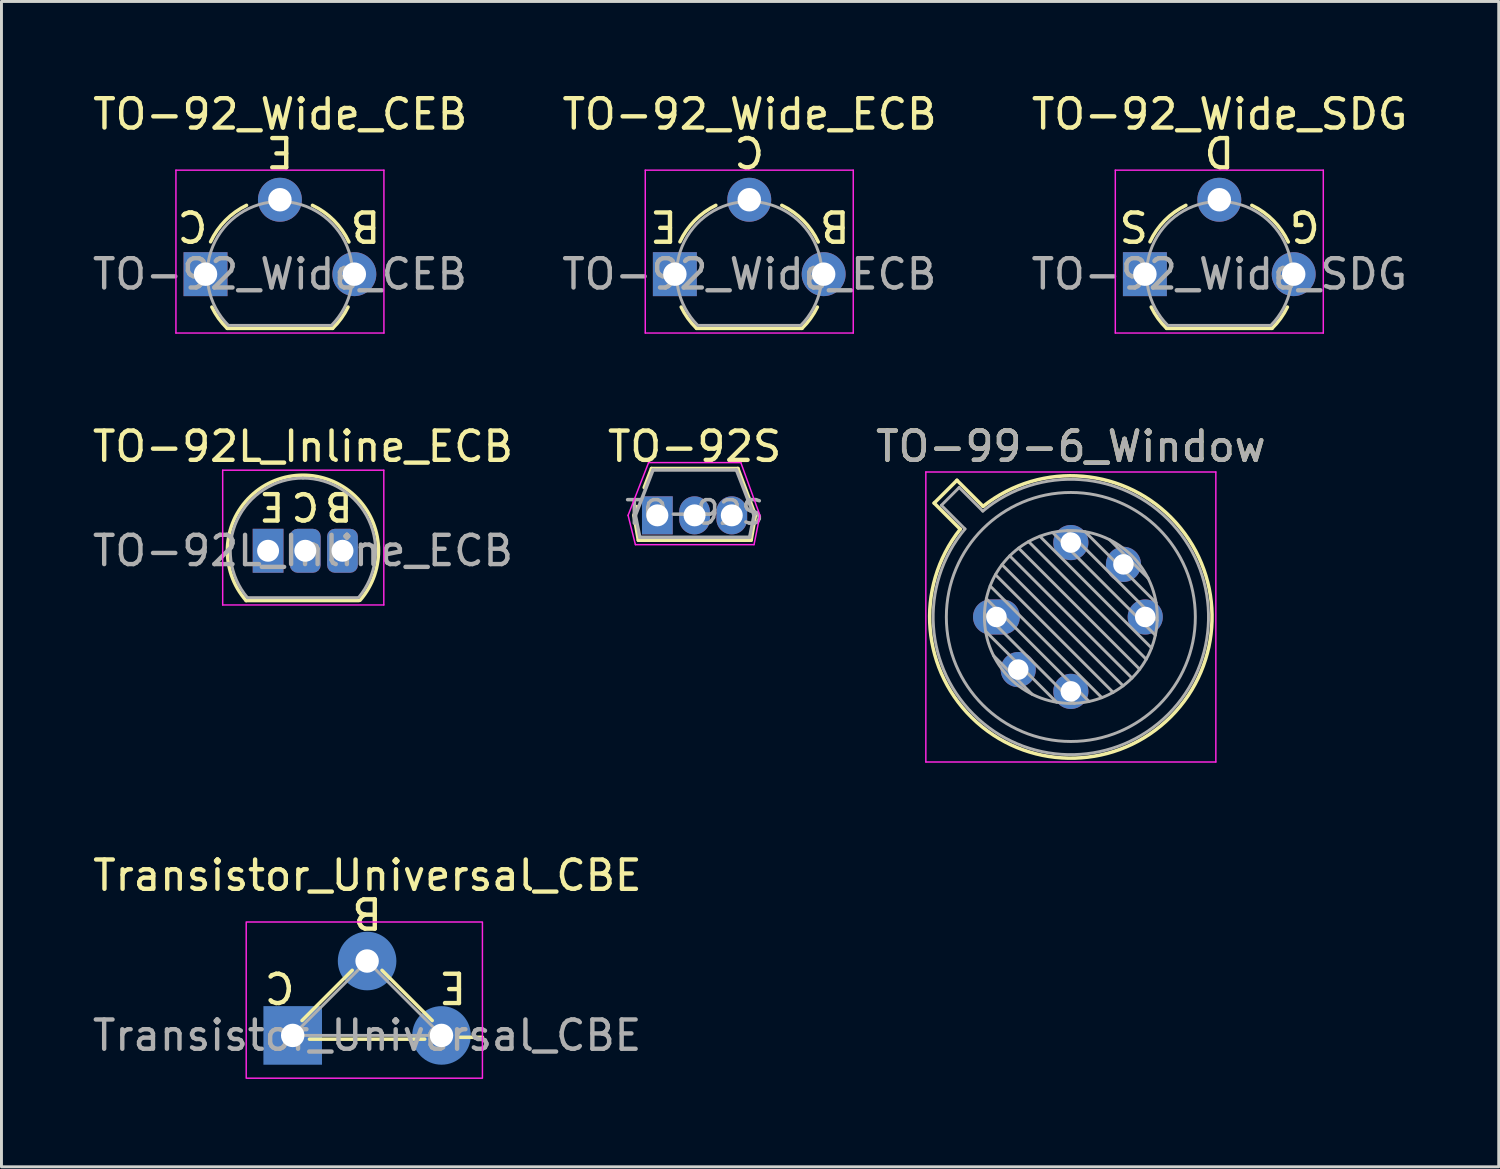
<source format=kicad_pcb>
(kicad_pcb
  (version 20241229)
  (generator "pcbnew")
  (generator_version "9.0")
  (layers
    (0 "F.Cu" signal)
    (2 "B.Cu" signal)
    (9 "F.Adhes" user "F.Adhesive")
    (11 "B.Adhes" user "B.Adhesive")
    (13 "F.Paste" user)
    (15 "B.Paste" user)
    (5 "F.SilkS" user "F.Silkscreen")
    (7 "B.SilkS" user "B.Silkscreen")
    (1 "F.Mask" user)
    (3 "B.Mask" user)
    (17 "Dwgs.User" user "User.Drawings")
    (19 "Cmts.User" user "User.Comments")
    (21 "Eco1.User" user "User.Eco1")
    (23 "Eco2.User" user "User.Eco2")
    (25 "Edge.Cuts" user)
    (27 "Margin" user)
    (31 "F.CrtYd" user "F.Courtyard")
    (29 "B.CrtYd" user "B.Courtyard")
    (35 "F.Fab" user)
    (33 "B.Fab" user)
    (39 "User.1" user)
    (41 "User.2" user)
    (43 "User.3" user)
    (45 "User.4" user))
  (footprint "TO-92_Wide_ECB"
    (layer "F.Cu")
    (at 19.988 6.309)
    (property "Reference" "TO-92_Wide_ECB" (at 2.55 -5.461 0) (layer "F.SilkS") (effects (font (size 1 1) (thickness 0.15))))
    (fp_line (start 0.74 1.85) (end 4.34 1.85) (stroke (width 0.12) (type solid)) (layer "F.SilkS"))
    (fp_arc (start 0.172801 -1.103842) (mid 0.678995 -1.832692) (end 1.4 -2.35) (stroke (width 0.12) (type solid)) (layer "F.SilkS"))
    (fp_arc (start 0.74 1.85) (mid 0.446097 1.509328) (end 0.215816 1.122795) (stroke (width 0.12) (type solid)) (layer "F.SilkS"))
    (fp_arc (start 3.65 -2.35) (mid 4.382279 -1.833196) (end 4.895458 -1.098371) (stroke (width 0.12) (type solid)) (layer "F.SilkS"))
    (fp_arc (start 4.864184 1.122795) (mid 4.633903 1.509328) (end 4.34 1.85) (stroke (width 0.12) (type solid)) (layer "F.SilkS"))
    (fp_line (start -1.01 -3.55) (end -1.01 2.01) (stroke (width 0.05) (type solid)) (layer "F.CrtYd"))
    (fp_line (start -1.01 -3.55) (end 6.09 -3.55) (stroke (width 0.05) (type solid)) (layer "F.CrtYd"))
    (fp_line (start 6.09 2.01) (end -1.01 2.01) (stroke (width 0.05) (type solid)) (layer "F.CrtYd"))
    (fp_line (start 6.09 2.01) (end 6.09 -3.55) (stroke (width 0.05) (type solid)) (layer "F.CrtYd"))
    (fp_line (start 0.8 1.75) (end 4.3 1.75) (stroke (width 0.1) (type solid)) (layer "F.Fab"))
    (fp_arc (start 0.786375 1.753625) (mid 0.248779 -0.949055) (end 2.54 -2.48) (stroke (width 0.1) (type solid)) (layer "F.Fab"))
    (fp_arc (start 2.54 -2.48) (mid 4.831221 -0.949055) (end 4.293625 1.753625) (stroke (width 0.1) (type solid)) (layer "F.Fab"))
    (fp_text user "E" (at -0.381 -1.651 180) (unlocked yes) (layer "F.SilkS") (effects (font (size 1 1) (thickness 0.15))))
    (fp_text user "B" (at 5.461 -1.651 180) (unlocked yes) (layer "F.SilkS") (effects (font (size 1 1) (thickness 0.15))))
    (fp_text user "C" (at 2.54 -4.191 180) (unlocked yes) (layer "F.SilkS") (effects (font (size 1 1) (thickness 0.15))))
    (fp_text user "${REFERENCE}" (at 2.54 0 0) (layer "F.Fab") (effects (font (size 1 1) (thickness 0.15))))
    (pad "1" thru_hole rect (at 0 0 90) (size 1.5 1.5) (drill 0.8) (layers "*.Cu" "*.Mask"))
    (pad "2" thru_hole circle (at 2.54 -2.54 90) (size 1.5 1.5) (drill 0.8) (layers "*.Cu" "*.Mask"))
    (pad "3" thru_hole circle (at 5.08 0 90) (size 1.5 1.5) (drill 0.8) (layers "*.Cu" "*.Mask")))
  (footprint "Transistor_Universal_CBE"
    (layer "F.Cu")
    (at 6.942 32.297)
    (property "Reference" "Transistor_Universal_CBE" (at 2.55 -5.461 0) (layer "F.SilkS") (effects (font (size 1 1) (thickness 0.15))))
    (fp_line (start 0.318 -0.508) (end 2.032 -2.223) (stroke (width 0.12) (type solid)) (layer "F.SilkS"))
    (fp_line (start 3.048 -2.223) (end 4.763 -0.508) (stroke (width 0.12) (type solid)) (layer "F.SilkS"))
    (fp_line (start 4.508 0.127) (end 0.572 0.127) (stroke (width 0.12) (type solid)) (layer "F.SilkS"))
    (fp_line (start 5.715 0.064) (end 6.477 0.064) (stroke (width 0.12) (type solid)) (layer "F.SilkS"))
    (fp_rect (start -1.587 -3.873) (end 6.477 1.46) (stroke (width 0.05) (type solid)) (fill no) (layer "F.CrtYd"))
    (fp_line (start 0 0) (end 5.08 0) (stroke (width 0.1) (type solid)) (layer "F.Fab"))
    (fp_line (start 2.54 -2.54) (end 0 0) (stroke (width 0.1) (type solid)) (layer "F.Fab"))
    (fp_line (start 5.08 0) (end 2.54 -2.54) (stroke (width 0.1) (type solid)) (layer "F.Fab"))
    (fp_text user "E" (at 5.461 -1.651 180) (unlocked yes) (layer "F.SilkS") (effects (font (size 1 1) (thickness 0.15))))
    (fp_text user "B" (at 2.54 -4.191 180) (unlocked yes) (layer "F.SilkS") (effects (font (size 1 1) (thickness 0.15))))
    (fp_text user "C" (at -0.445 -1.651 180) (unlocked yes) (layer "F.SilkS") (effects (font (size 1 1) (thickness 0.15))))
    (fp_text user "${REFERENCE}" (at 2.54 0 0) (layer "F.Fab") (effects (font (size 1 1) (thickness 0.15))))
    (pad "" np_thru_hole oval (at 0 0) (size 0.8 0.8) (drill 0.8) (layers "*.Cu" "*.Mask"))
    (pad "" np_thru_hole oval (at 2.54 -2.54) (size 0.8 0.8) (drill 0.8) (layers "*.Cu" "*.Mask"))
    (pad "" np_thru_hole oval (at 5.08 0) (size 0.8 0.8) (drill 0.8) (layers "*.Cu" "*.Mask"))
    (pad "1" smd rect (at 0 0 90) (size 2 2) (layers "B.Cu" "B.Mask"))
    (pad "2" smd circle (at 2.54 -2.54 90) (size 2 2) (layers "B.Cu" "B.Mask"))
    (pad "3" smd circle (at 5.08 0 90) (size 2 2) (layers "B.Cu" "B.Mask")))
  (footprint "TO-92L_Inline_ECB"
    (layer "F.Cu")
    (at 6.102 15.752)
    (property "Reference" "TO-92L_Inline_ECB" (at 1.19 -3.56 0) (layer "F.SilkS") (effects (font (size 1 1) (thickness 0.15))))
    (fp_line (start -0.75 1.7) (end 3.1 1.7) (stroke (width 0.12) (type solid)) (layer "F.SilkS"))
    (fp_arc (start -0.75 1.7) (mid 1.183448 -2.579449) (end 3.138611 1.690122) (stroke (width 0.12) (type solid)) (layer "F.SilkS"))
    (fp_line (start -1.55 -2.75) (end -1.55 1.85) (stroke (width 0.05) (type solid)) (layer "F.CrtYd"))
    (fp_line (start -1.55 -2.75) (end 3.95 -2.75) (stroke (width 0.05) (type solid)) (layer "F.CrtYd"))
    (fp_line (start 3.95 1.85) (end -1.55 1.85) (stroke (width 0.05) (type solid)) (layer "F.CrtYd"))
    (fp_line (start 3.95 1.85) (end 3.95 -2.75) (stroke (width 0.05) (type solid)) (layer "F.CrtYd"))
    (fp_line (start -0.7 1.6) (end 3.05 1.6) (stroke (width 0.1) (type solid)) (layer "F.Fab"))
    (fp_arc (start -0.702818 1.602385) (mid -1.059924 -1.043188) (end 1.19 -2.48) (stroke (width 0.1) (type solid)) (layer "F.Fab"))
    (fp_arc (start 1.19 -2.48) (mid 3.437211 -1.049019) (end 3.091103 1.592547) (stroke (width 0.1) (type solid)) (layer "F.Fab"))
    (fp_text user "C" (at 1.27 -1.524 180) (unlocked yes) (layer "F.SilkS") (effects (font (size 0.9 0.9) (thickness 0.15))))
    (fp_text user "E" (at 0.127 -1.524 180) (unlocked yes) (layer "F.SilkS") (effects (font (size 0.9 0.9) (thickness 0.15))))
    (fp_text user "B" (at 2.413 -1.524 180) (unlocked yes) (layer "F.SilkS") (effects (font (size 0.9 0.9) (thickness 0.15))))
    (fp_text user "${REFERENCE}" (at 1.19 0 0) (layer "F.Fab") (effects (font (size 1 1) (thickness 0.15))))
    (pad "1" thru_hole rect (at 0 0) (size 1.05 1.5) (drill 0.75) (layers "*.Cu" "*.Mask"))
    (pad "2" thru_hole roundrect (at 1.27 0) (size 1.05 1.5) (drill 0.75) (layers "*.Cu" "*.Mask") (roundrect_rratio 0.25))
    (pad "3" thru_hole roundrect (at 2.54 0) (size 1.05 1.5) (drill 0.75) (layers "*.Cu" "*.Mask") (roundrect_rratio 0.25)))
  (footprint "TO-92_Wide_SDG"
    (layer "F.Cu")
    (at 36.034 6.309)
    (property "Reference" "TO-92_Wide_SDG" (at 2.55 -5.461 0) (layer "F.SilkS") (effects (font (size 1 1) (thickness 0.15))))
    (fp_line (start 0.74 1.85) (end 4.34 1.85) (stroke (width 0.12) (type solid)) (layer "F.SilkS"))
    (fp_arc (start 0.172801 -1.103842) (mid 0.678995 -1.832692) (end 1.4 -2.35) (stroke (width 0.12) (type solid)) (layer "F.SilkS"))
    (fp_arc (start 0.74 1.85) (mid 0.446097 1.509328) (end 0.215816 1.122795) (stroke (width 0.12) (type solid)) (layer "F.SilkS"))
    (fp_arc (start 3.65 -2.35) (mid 4.382279 -1.833196) (end 4.895458 -1.098371) (stroke (width 0.12) (type solid)) (layer "F.SilkS"))
    (fp_arc (start 4.864184 1.122795) (mid 4.633903 1.509328) (end 4.34 1.85) (stroke (width 0.12) (type solid)) (layer "F.SilkS"))
    (fp_line (start -1.01 -3.55) (end -1.01 2.01) (stroke (width 0.05) (type solid)) (layer "F.CrtYd"))
    (fp_line (start -1.01 -3.55) (end 6.09 -3.55) (stroke (width 0.05) (type solid)) (layer "F.CrtYd"))
    (fp_line (start 6.09 2.01) (end -1.01 2.01) (stroke (width 0.05) (type solid)) (layer "F.CrtYd"))
    (fp_line (start 6.09 2.01) (end 6.09 -3.55) (stroke (width 0.05) (type solid)) (layer "F.CrtYd"))
    (fp_line (start 0.8 1.75) (end 4.3 1.75) (stroke (width 0.1) (type solid)) (layer "F.Fab"))
    (fp_arc (start 0.786375 1.753625) (mid 0.248779 -0.949055) (end 2.54 -2.48) (stroke (width 0.1) (type solid)) (layer "F.Fab"))
    (fp_arc (start 2.54 -2.48) (mid 4.831221 -0.949055) (end 4.293625 1.753625) (stroke (width 0.1) (type solid)) (layer "F.Fab"))
    (fp_text user "S" (at -0.381 -1.651 180) (unlocked yes) (layer "F.SilkS") (effects (font (size 1 1) (thickness 0.15))))
    (fp_text user "D" (at 2.54 -4.191 180) (unlocked yes) (layer "F.SilkS") (effects (font (size 1 1) (thickness 0.15))))
    (fp_text user "G" (at 5.461 -1.651 180) (unlocked yes) (layer "F.SilkS") (effects (font (size 1 1) (thickness 0.15))))
    (fp_text user "${REFERENCE}" (at 2.54 0 0) (layer "F.Fab") (effects (font (size 1 1) (thickness 0.15))))
    (pad "1" thru_hole rect (at 0 0 90) (size 1.5 1.5) (drill 0.8) (layers "*.Cu" "*.Mask"))
    (pad "2" thru_hole circle (at 2.54 -2.54 90) (size 1.5 1.5) (drill 0.8) (layers "*.Cu" "*.Mask"))
    (pad "3" thru_hole circle (at 5.08 0 90) (size 1.5 1.5) (drill 0.8) (layers "*.Cu" "*.Mask")))
  (footprint "TO-92S"
    (layer "F.Cu")
    (at 19.391 14.543)
    (property "Reference" "TO-92S" (at 1.27 -2.35 0) (layer "F.SilkS") (effects (font (size 1 1) (thickness 0.15))))
    (attr through_hole)
    (fp_line (start -0.8 0) (end -0.65 0.85) (stroke (width 0.12) (type solid)) (layer "F.SilkS"))
    (fp_line (start -0.7 -0.3) (end -0.8 0) (stroke (width 0.12) (type solid)) (layer "F.SilkS"))
    (fp_line (start -0.65 0.85) (end 3.2 0.85) (stroke (width 0.12) (type solid)) (layer "F.SilkS"))
    (fp_line (start -0.2 -1.6) (end -0.45 -0.95) (stroke (width 0.12) (type solid)) (layer "F.SilkS"))
    (fp_line (start 2.75 -1.6) (end -0.2 -1.6) (stroke (width 0.12) (type solid)) (layer "F.SilkS"))
    (fp_line (start 3.2 0.85) (end 3.35 0) (stroke (width 0.12) (type solid)) (layer "F.SilkS"))
    (fp_line (start 3.35 0) (end 2.75 -1.6) (stroke (width 0.12) (type solid)) (layer "F.SilkS"))
    (fp_line (start -1 0) (end -0.75 1) (stroke (width 0.05) (type solid)) (layer "F.CrtYd"))
    (fp_line (start -0.75 1) (end 3.3 1) (stroke (width 0.05) (type solid)) (layer "F.CrtYd"))
    (fp_line (start -0.3 -1.8) (end -1 0) (stroke (width 0.05) (type solid)) (layer "F.CrtYd"))
    (fp_line (start 2.85 -1.8) (end -0.3 -1.8) (stroke (width 0.05) (type solid)) (layer "F.CrtYd"))
    (fp_line (start 3.3 1) (end 3.5 0) (stroke (width 0.05) (type solid)) (layer "F.CrtYd"))
    (fp_line (start 3.5 0) (end 2.85 -1.8) (stroke (width 0.05) (type solid)) (layer "F.CrtYd"))
    (fp_line (start -0.75 0) (end -0.15 -1.55) (stroke (width 0.12) (type solid)) (layer "F.Fab"))
    (fp_line (start -0.6 0.75) (end -0.75 0) (stroke (width 0.12) (type solid)) (layer "F.Fab"))
    (fp_line (start -0.6 0.75) (end 3.15 0.75) (stroke (width 0.12) (type solid)) (layer "F.Fab"))
    (fp_line (start -0.15 -1.55) (end 2.7 -1.55) (stroke (width 0.12) (type solid)) (layer "F.Fab"))
    (fp_line (start 3.15 0.75) (end 3.3 0) (stroke (width 0.12) (type solid)) (layer "F.Fab"))
    (fp_line (start 3.3 0) (end 2.7 -1.55) (stroke (width 0.12) (type solid)) (layer "F.Fab"))
    (fp_text user "${REFERENCE}" (at 1.27 -0.1 0) (layer "F.Fab") (effects (font (size 0.8 0.8) (thickness 0.12))))
    (pad "1" thru_hole rect (at 0 0 180) (size 1.05 1.3) (drill 0.75) (layers "*.Cu" "*.Mask"))
    (pad "2" thru_hole oval (at 1.27 0 180) (size 1.05 1.3) (drill 0.75) (layers "*.Cu" "*.Mask"))
    (pad "3" thru_hole oval (at 2.54 0 180) (size 1.05 1.3) (drill 0.75) (layers "*.Cu" "*.Mask")))
  (footprint "TO-99-6_Window"
    (layer "F.Cu")
    (at 30.966 18.012)
    (property "Reference" "TO-99-6_Window" (at 2.54 -5.82 0) (layer "F.SilkS") (effects (font (size 1 1) (thickness 0.15))))
    (attr through_hole)
    (fp_line (start -2.126 -3.888) (end -1.235 -2.997) (stroke (width 0.12) (type solid)) (layer "F.SilkS"))
    (fp_line (start -1.348 -4.666) (end -2.126 -3.888) (stroke (width 0.12) (type solid)) (layer "F.SilkS"))
    (fp_line (start -0.457 -3.775) (end -1.348 -4.666) (stroke (width 0.12) (type solid)) (layer "F.SilkS"))
    (fp_arc (start -0.457084 -3.774902) (mid 5.948125 3.408384) (end -1.234674 -2.997371) (stroke (width 0.12) (type solid)) (layer "F.SilkS"))
    (fp_line (start -2.41 -4.95) (end -2.41 4.95) (stroke (width 0.05) (type solid)) (layer "F.CrtYd"))
    (fp_line (start -2.41 4.95) (end 7.49 4.95) (stroke (width 0.05) (type solid)) (layer "F.CrtYd"))
    (fp_line (start 7.49 -4.95) (end -2.41 -4.95) (stroke (width 0.05) (type solid)) (layer "F.CrtYd"))
    (fp_line (start 7.49 4.95) (end 7.49 -4.95) (stroke (width 0.05) (type solid)) (layer "F.CrtYd"))
    (fp_line (start -1.88 -3.812) (end -1.074 -3.005) (stroke (width 0.1) (type solid)) (layer "F.Fab"))
    (fp_line (start -1.272 -4.42) (end -1.88 -3.812) (stroke (width 0.1) (type solid)) (layer "F.Fab"))
    (fp_line (start -0.465 -3.614) (end -1.272 -4.42) (stroke (width 0.1) (type solid)) (layer "F.Fab"))
    (fp_line (start -0.408 -0.12) (end 2.66 2.948) (stroke (width 0.1) (type solid)) (layer "F.Fab"))
    (fp_line (start -0.371 0.485) (end 2.055 2.911) (stroke (width 0.1) (type solid)) (layer "F.Fab"))
    (fp_line (start -0.344 -0.622) (end 3.162 2.884) (stroke (width 0.1) (type solid)) (layer "F.Fab"))
    (fp_line (start -0.215 -1.058) (end 3.598 2.755) (stroke (width 0.1) (type solid)) (layer "F.Fab"))
    (fp_line (start -0.097 1.324) (end 1.216 2.637) (stroke (width 0.1) (type solid)) (layer "F.Fab"))
    (fp_line (start -0.034 -1.443) (end 3.983 2.574) (stroke (width 0.1) (type solid)) (layer "F.Fab"))
    (fp_line (start 0.19 -1.784) (end 4.324 2.35) (stroke (width 0.1) (type solid)) (layer "F.Fab"))
    (fp_line (start 0.454 -2.086) (end 4.626 2.086) (stroke (width 0.1) (type solid)) (layer "F.Fab"))
    (fp_line (start 0.756 -2.35) (end 4.89 1.784) (stroke (width 0.1) (type solid)) (layer "F.Fab"))
    (fp_line (start 1.097 -2.574) (end 5.114 1.443) (stroke (width 0.1) (type solid)) (layer "F.Fab"))
    (fp_line (start 1.482 -2.755) (end 5.295 1.058) (stroke (width 0.1) (type solid)) (layer "F.Fab"))
    (fp_line (start 1.918 -2.884) (end 5.424 0.622) (stroke (width 0.1) (type solid)) (layer "F.Fab"))
    (fp_line (start 2.42 -2.948) (end 5.488 0.12) (stroke (width 0.1) (type solid)) (layer "F.Fab"))
    (fp_line (start 3.025 -2.911) (end 5.451 -0.485) (stroke (width 0.1) (type solid)) (layer "F.Fab"))
    (fp_line (start 3.864 -2.637) (end 5.177 -1.324) (stroke (width 0.1) (type solid)) (layer "F.Fab"))
    (fp_arc (start -0.465408 -3.61352) (mid 5.863443 3.323361) (end -1.073594 -3.005319) (stroke (width 0.1) (type solid)) (layer "F.Fab"))
    (fp_circle (center 2.54 0) (end 5.49 0) (stroke (width 0.1) (type solid)) (fill no) (layer "F.Fab"))
    (fp_circle (center 2.54 0) (end 6.79 0) (stroke (width 0.1) (type solid)) (fill no) (layer "F.Fab"))
    (fp_text user "${REFERENCE}" (at 2.54 -5.82 0) (layer "F.Fab") (effects (font (size 1 1) (thickness 0.15))))
    (pad "1" thru_hole oval (at 0 0) (size 1.6 1.2) (drill 0.7) (layers "*.Cu" "*.Mask"))
    (pad "2" thru_hole oval (at 0.744 1.796) (size 1.2 1.2) (drill 0.7) (layers "*.Cu" "*.Mask"))
    (pad "3" thru_hole oval (at 2.54 2.54) (size 1.2 1.2) (drill 0.7) (layers "*.Cu" "*.Mask"))
    (pad "4" thru_hole oval (at 5.08 0) (size 1.2 1.2) (drill 0.7) (layers "*.Cu" "*.Mask"))
    (pad "5" thru_hole oval (at 4.336 -1.796) (size 1.2 1.2) (drill 0.7) (layers "*.Cu" "*.Mask"))
    (pad "6" thru_hole oval (at 2.54 -2.54) (size 1.2 1.2) (drill 0.7) (layers "*.Cu" "*.Mask")))
  (footprint "TO-92_Wide_CEB"
    (layer "F.Cu")
    (at 3.966 6.309)
    (property "Reference" "TO-92_Wide_CEB" (at 2.55 -5.461 0) (layer "F.SilkS") (effects (font (size 1 1) (thickness 0.15))))
    (fp_line (start 0.74 1.85) (end 4.34 1.85) (stroke (width 0.12) (type solid)) (layer "F.SilkS"))
    (fp_arc (start 0.172801 -1.103842) (mid 0.678995 -1.832692) (end 1.4 -2.35) (stroke (width 0.12) (type solid)) (layer "F.SilkS"))
    (fp_arc (start 0.74 1.85) (mid 0.446097 1.509328) (end 0.215816 1.122795) (stroke (width 0.12) (type solid)) (layer "F.SilkS"))
    (fp_arc (start 3.65 -2.35) (mid 4.382279 -1.833196) (end 4.895458 -1.098371) (stroke (width 0.12) (type solid)) (layer "F.SilkS"))
    (fp_arc (start 4.864184 1.122795) (mid 4.633903 1.509328) (end 4.34 1.85) (stroke (width 0.12) (type solid)) (layer "F.SilkS"))
    (fp_line (start -1.01 -3.55) (end -1.01 2.01) (stroke (width 0.05) (type solid)) (layer "F.CrtYd"))
    (fp_line (start -1.01 -3.55) (end 6.09 -3.55) (stroke (width 0.05) (type solid)) (layer "F.CrtYd"))
    (fp_line (start 6.09 2.01) (end -1.01 2.01) (stroke (width 0.05) (type solid)) (layer "F.CrtYd"))
    (fp_line (start 6.09 2.01) (end 6.09 -3.55) (stroke (width 0.05) (type solid)) (layer "F.CrtYd"))
    (fp_line (start 0.8 1.75) (end 4.3 1.75) (stroke (width 0.1) (type solid)) (layer "F.Fab"))
    (fp_arc (start 0.786375 1.753625) (mid 0.248779 -0.949055) (end 2.54 -2.48) (stroke (width 0.1) (type solid)) (layer "F.Fab"))
    (fp_arc (start 2.54 -2.48) (mid 4.831221 -0.949055) (end 4.293625 1.753625) (stroke (width 0.1) (type solid)) (layer "F.Fab"))
    (fp_text user "B" (at 5.461 -1.651 180) (unlocked yes) (layer "F.SilkS") (effects (font (size 1 1) (thickness 0.15))))
    (fp_text user "E" (at 2.54 -4.191 180) (unlocked yes) (layer "F.SilkS") (effects (font (size 1 1) (thickness 0.15))))
    (fp_text user "C" (at -0.445 -1.651 180) (unlocked yes) (layer "F.SilkS") (effects (font (size 1 1) (thickness 0.15))))
    (fp_text user "${REFERENCE}" (at 2.54 0 0) (layer "F.Fab") (effects (font (size 1 1) (thickness 0.15))))
    (pad "1" thru_hole rect (at 0 0 90) (size 1.5 1.5) (drill 0.8) (layers "*.Cu" "*.Mask"))
    (pad "2" thru_hole circle (at 2.54 -2.54 90) (size 1.5 1.5) (drill 0.8) (layers "*.Cu" "*.Mask"))
    (pad "3" thru_hole circle (at 5.08 0 90) (size 1.5 1.5) (drill 0.8) (layers "*.Cu" "*.Mask")))
  (gr_rect
    (start -3 -3)
    (end 48.113 36.782)
    (stroke (width 0.1) (type default))
    (fill no)
    (layer "Edge.Cuts")))
</source>
